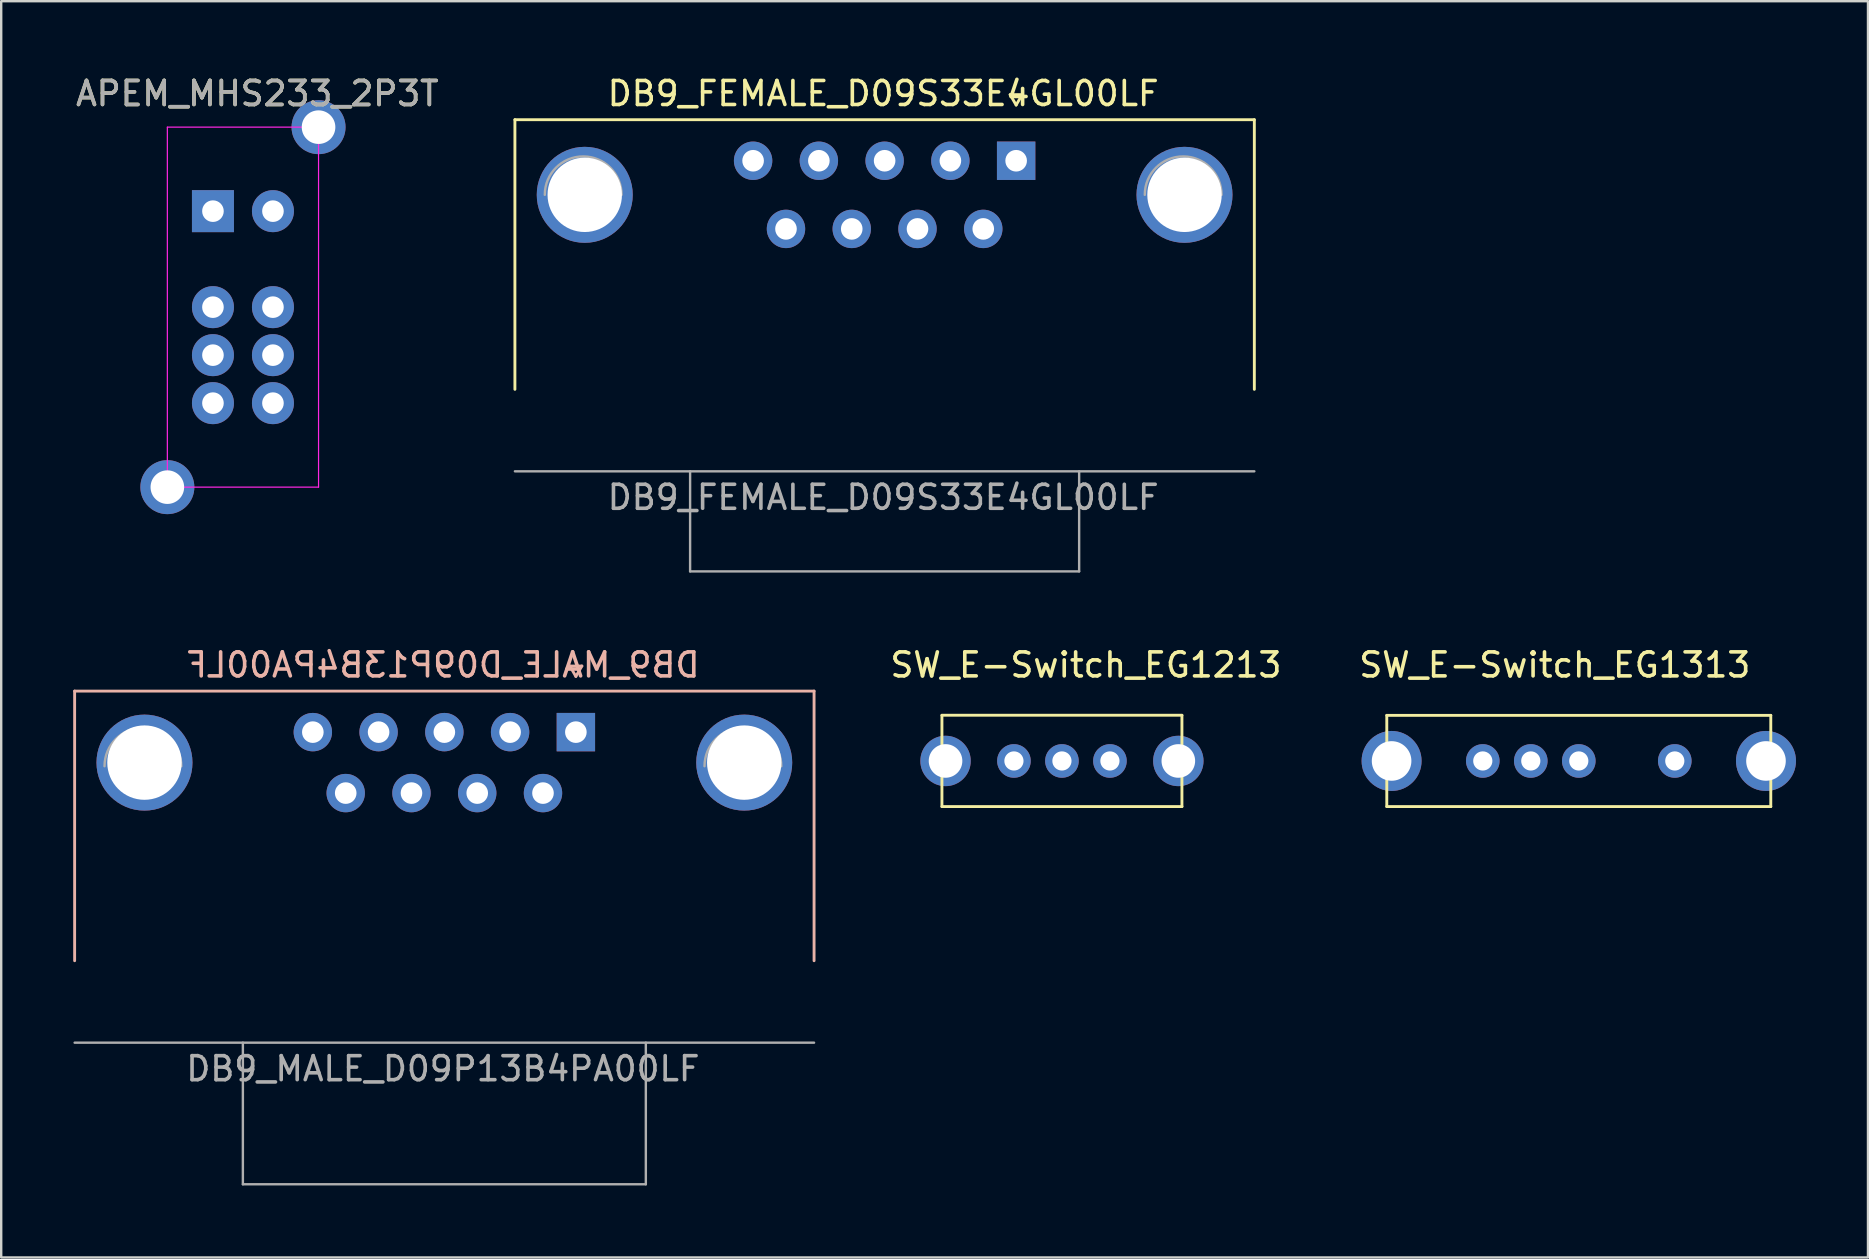
<source format=kicad_pcb>
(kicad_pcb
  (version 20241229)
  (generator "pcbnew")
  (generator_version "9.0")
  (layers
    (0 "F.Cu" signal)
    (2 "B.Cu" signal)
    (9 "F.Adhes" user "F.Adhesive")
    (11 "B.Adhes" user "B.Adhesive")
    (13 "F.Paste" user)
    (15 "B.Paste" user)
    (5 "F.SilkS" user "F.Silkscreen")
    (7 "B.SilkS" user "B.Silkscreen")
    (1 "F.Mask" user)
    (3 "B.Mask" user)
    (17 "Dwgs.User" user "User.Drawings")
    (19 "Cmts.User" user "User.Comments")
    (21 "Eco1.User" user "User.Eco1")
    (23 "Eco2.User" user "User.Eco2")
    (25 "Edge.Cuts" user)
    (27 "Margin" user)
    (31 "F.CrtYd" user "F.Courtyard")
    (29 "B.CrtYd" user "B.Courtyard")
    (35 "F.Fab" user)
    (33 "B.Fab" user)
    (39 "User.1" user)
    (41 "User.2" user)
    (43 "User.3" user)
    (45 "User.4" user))
  (footprint "SW_E-Switch_EG1313"
    (layer "F.Cu")
    (at 58.734 28.657)
    (property "Reference" "SW_E-Switch_EG1313" (at 3 -4 0) (layer "F.SilkS") (effects (font (size 1 1) (thickness 0.15))))
    (attr through_hole)
    (fp_line (start -4 -1.9) (end -4 1.9) (stroke (width 0.12) (type solid)) (layer "F.SilkS"))
    (fp_line (start -4 -1.9) (end 12 -1.9) (stroke (width 0.12) (type solid)) (layer "F.SilkS"))
    (fp_line (start -4 1.9) (end 12 1.9) (stroke (width 0.12) (type solid)) (layer "F.SilkS"))
    (fp_line (start 12 -1.9) (end 12 1.9) (stroke (width 0.12) (type solid)) (layer "F.SilkS"))
    (pad "" thru_hole circle (at -3.8 0) (size 2.5 2.5) (drill 1.65) (layers "*.Cu" "*.Mask"))
    (pad "" thru_hole circle (at 11.8 0) (size 2.5 2.5) (drill 1.65) (layers "*.Cu" "*.Mask"))
    (pad "1" thru_hole circle (at 0 0) (size 1.4 1.4) (drill 0.8) (layers "*.Cu" "*.Mask"))
    (pad "2" thru_hole circle (at 2 0) (size 1.4 1.4) (drill 0.8) (layers "*.Cu" "*.Mask"))
    (pad "3" thru_hole circle (at 4 0) (size 1.4 1.4) (drill 0.8) (layers "*.Cu" "*.Mask"))
    (pad "4" thru_hole circle (at 8 0) (size 1.4 1.4) (drill 0.8) (layers "*.Cu" "*.Mask")))
  (footprint "APEM_MHS233_2P3T"
    (layer "F.Cu")
    (at 7.073 9.748)
    (property "Reference" "APEM_MHS233_2P3T" (at 0.6 -8.9 0) (layer "F.SilkS") (effects (font (size 1 1) (thickness 0.15))))
    (attr through_hole)
    (fp_line (start -3.15 -7.5) (end 3.15 -7.5) (stroke (width 0.05) (type solid)) (layer "F.CrtYd"))
    (fp_line (start -3.15 7.5) (end -3.15 -7.5) (stroke (width 0.05) (type solid)) (layer "F.CrtYd"))
    (fp_line (start 3.15 -7.5) (end 3.15 7.5) (stroke (width 0.05) (type solid)) (layer "F.CrtYd"))
    (fp_line (start 3.15 7.5) (end -3.15 7.5) (stroke (width 0.05) (type solid)) (layer "F.CrtYd"))
    (fp_text user "${REFERENCE}" (at 0.6 -8.9 0) (layer "F.Fab") (effects (font (size 1 1) (thickness 0.15))))
    (pad "" thru_hole circle (at -3.15 7.5) (size 2.25 2.25) (drill 1.4) (layers "*.Cu" "*.Mask"))
    (pad "" thru_hole circle (at 3.15 -7.5) (size 2.25 2.25) (drill 1.4) (layers "*.Cu" "*.Mask"))
    (pad "1" thru_hole rect (at -1.25 -4) (size 1.75 1.75) (drill 0.9) (layers "*.Cu" "*.Mask"))
    (pad "2" thru_hole circle (at -1.25 0) (size 1.75 1.75) (drill 0.9) (layers "*.Cu" "*.Mask"))
    (pad "3" thru_hole circle (at -1.25 2) (size 1.75 1.75) (drill 0.9) (layers "*.Cu" "*.Mask"))
    (pad "4" thru_hole circle (at -1.25 4) (size 1.75 1.75) (drill 0.9) (layers "*.Cu" "*.Mask"))
    (pad "5" thru_hole circle (at 1.25 4) (size 1.75 1.75) (drill 0.9) (layers "*.Cu" "*.Mask"))
    (pad "6" thru_hole circle (at 1.25 2) (size 1.75 1.75) (drill 0.9) (layers "*.Cu" "*.Mask"))
    (pad "7" thru_hole circle (at 1.25 0) (size 1.75 1.75) (drill 0.9) (layers "*.Cu" "*.Mask"))
    (pad "8" thru_hole circle (at 1.25 -4) (size 1.75 1.75) (drill 0.9) (layers "*.Cu" "*.Mask")))
  (footprint "SW_E-Switch_EG1213"
    (layer "F.Cu")
    (at 39.198 28.657)
    (property "Reference" "SW_E-Switch_EG1213" (at 3 -4 0) (layer "F.SilkS") (effects (font (size 1 1) (thickness 0.15))))
    (attr through_hole)
    (fp_line (start -3 -1.905) (end 7 -1.905) (stroke (width 0.12) (type solid)) (layer "F.SilkS"))
    (fp_line (start -3 -1.9) (end -3 1.9) (stroke (width 0.12) (type solid)) (layer "F.SilkS"))
    (fp_line (start -3 1.9) (end 7 1.9) (stroke (width 0.12) (type solid)) (layer "F.SilkS"))
    (fp_line (start 7 -1.9) (end 7 1.9) (stroke (width 0.12) (type solid)) (layer "F.SilkS"))
    (pad "" thru_hole circle (at -2.85 0) (size 2.1 2.1) (drill 1.4) (layers "*.Cu" "*.Mask"))
    (pad "" thru_hole circle (at 6.85 0) (size 2.1 2.1) (drill 1.4) (layers "*.Cu" "*.Mask"))
    (pad "1" thru_hole circle (at 0 0) (size 1.4 1.4) (drill 0.8) (layers "*.Cu" "*.Mask"))
    (pad "2" thru_hole circle (at 2 0) (size 1.4 1.4) (drill 0.8) (layers "*.Cu" "*.Mask"))
    (pad "3" thru_hole circle (at 4 0) (size 1.4 1.4) (drill 0.8) (layers "*.Cu" "*.Mask")))
  (footprint "DB9_MALE_D09P13B4PA00LF"
    (layer "F.Cu")
    (at 20.945 27.456)
    (property "Reference" "DB9_MALE_D09P13B4PA00LF" (at -5.54 -2.8 0) (layer "B.SilkS") (effects (font (size 1 1) (thickness 0.15)) (justify mirror)))
    (attr through_hole)
    (fp_line (start -20.885 -1.71) (end 9.925 -1.71) (stroke (width 0.12) (type solid)) (layer "B.SilkS"))
    (fp_line (start -20.885 9.525) (end -20.885 -1.71) (stroke (width 0.12) (type solid)) (layer "B.SilkS"))
    (fp_line (start -0.25 -2.754) (end 0.25 -2.754) (stroke (width 0.12) (type solid)) (layer "B.SilkS"))
    (fp_line (start 0 -2.321) (end -0.25 -2.754) (stroke (width 0.12) (type solid)) (layer "B.SilkS"))
    (fp_line (start 0.25 -2.754) (end 0 -2.321) (stroke (width 0.12) (type solid)) (layer "B.SilkS"))
    (fp_line (start 9.925 -1.71) (end 9.925 9.525) (stroke (width 0.12) (type solid)) (layer "B.SilkS"))
    (fp_line (start -20.885 12.94) (end 9.925 12.94) (stroke (width 0.1) (type solid)) (layer "F.Fab"))
    (fp_line (start -13.875 12.94) (end -13.875 18.84) (stroke (width 0.1) (type solid)) (layer "F.Fab"))
    (fp_line (start -13.875 18.84) (end 2.915 18.84) (stroke (width 0.1) (type solid)) (layer "F.Fab"))
    (fp_line (start 2.915 18.84) (end 2.915 12.94) (stroke (width 0.1) (type solid)) (layer "F.Fab"))
    (fp_arc (start -19.64 1.42) (mid -18.04 -0.18) (end -16.44 1.42) (stroke (width 0.1) (type solid)) (layer "F.Fab"))
    (fp_arc (start 5.36 1.42) (mid 6.96 -0.18) (end 8.56 1.42) (stroke (width 0.1) (type solid)) (layer "F.Fab"))
    (fp_text user "${REFERENCE}" (at -5.54 14.025 0) (layer "F.Fab") (effects (font (size 1 1) (thickness 0.15))))
    (pad "0" thru_hole circle (at -17.975 1.27) (size 4 4) (drill 3.1) (layers "*.Cu" "*.Mask"))
    (pad "0" thru_hole circle (at 7.015 1.27) (size 4 4) (drill 3.1) (layers "*.Cu" "*.Mask"))
    (pad "1" thru_hole rect (at 0 0) (size 1.6 1.6) (drill 0.9) (layers "*.Cu" "*.Mask"))
    (pad "2" thru_hole circle (at -2.74 0) (size 1.6 1.6) (drill 0.9) (layers "*.Cu" "*.Mask"))
    (pad "3" thru_hole circle (at -5.48 0) (size 1.6 1.6) (drill 0.9) (layers "*.Cu" "*.Mask"))
    (pad "4" thru_hole circle (at -8.22 0) (size 1.6 1.6) (drill 0.9) (layers "*.Cu" "*.Mask"))
    (pad "5" thru_hole circle (at -10.96 0) (size 1.6 1.6) (drill 0.9) (layers "*.Cu" "*.Mask"))
    (pad "6" thru_hole circle (at -1.37 2.54) (size 1.6 1.6) (drill 0.9) (layers "*.Cu" "*.Mask"))
    (pad "7" thru_hole circle (at -4.11 2.54) (size 1.6 1.6) (drill 0.9) (layers "*.Cu" "*.Mask"))
    (pad "8" thru_hole circle (at -6.85 2.54) (size 1.6 1.6) (drill 0.9) (layers "*.Cu" "*.Mask"))
    (pad "9" thru_hole circle (at -9.59 2.54) (size 1.6 1.6) (drill 0.9) (layers "*.Cu" "*.Mask")))
  (footprint "DB9_FEMALE_D09S33E4GL00LF"
    (layer "F.Cu")
    (at 39.29 3.648)
    (property "Reference" "DB9_FEMALE_D09S33E4GL00LF" (at -5.54 -2.8 0) (layer "F.SilkS") (effects (font (size 1 1) (thickness 0.15))))
    (attr through_hole)
    (fp_line (start -20.885 -1.71) (end 9.925 -1.71) (stroke (width 0.12) (type solid)) (layer "F.SilkS"))
    (fp_line (start -20.885 9.525) (end -20.885 -1.71) (stroke (width 0.12) (type solid)) (layer "F.SilkS"))
    (fp_line (start -0.25 -2.754) (end 0.25 -2.754) (stroke (width 0.12) (type solid)) (layer "F.SilkS"))
    (fp_line (start 0 -2.321) (end -0.25 -2.754) (stroke (width 0.12) (type solid)) (layer "F.SilkS"))
    (fp_line (start 0.25 -2.754) (end 0 -2.321) (stroke (width 0.12) (type solid)) (layer "F.SilkS"))
    (fp_line (start 9.925 -1.71) (end 9.925 9.525) (stroke (width 0.12) (type solid)) (layer "F.SilkS"))
    (fp_line (start -20.885 12.94) (end 9.925 12.94) (stroke (width 0.1) (type solid)) (layer "F.Fab"))
    (fp_line (start -13.585 12.94) (end -13.585 17.11) (stroke (width 0.1) (type solid)) (layer "F.Fab"))
    (fp_line (start -13.585 17.11) (end 2.625 17.11) (stroke (width 0.1) (type solid)) (layer "F.Fab"))
    (fp_line (start 2.625 17.11) (end 2.625 12.94) (stroke (width 0.1) (type solid)) (layer "F.Fab"))
    (fp_arc (start -19.64 1.42) (mid -18.04 -0.18) (end -16.44 1.42) (stroke (width 0.1) (type solid)) (layer "F.Fab"))
    (fp_arc (start 5.36 1.42) (mid 6.96 -0.18) (end 8.56 1.42) (stroke (width 0.1) (type solid)) (layer "F.Fab"))
    (fp_text user "${REFERENCE}" (at -5.54 14.025 0) (layer "F.Fab") (effects (font (size 1 1) (thickness 0.15))))
    (pad "0" thru_hole circle (at -17.975 1.42) (size 4 4) (drill 3.1) (layers "*.Cu" "*.Mask"))
    (pad "0" thru_hole circle (at 7.015 1.42) (size 4 4) (drill 3.1) (layers "*.Cu" "*.Mask"))
    (pad "1" thru_hole rect (at 0 0) (size 1.6 1.6) (drill 0.9) (layers "*.Cu" "*.Mask"))
    (pad "2" thru_hole circle (at -2.74 0) (size 1.6 1.6) (drill 0.9) (layers "*.Cu" "*.Mask"))
    (pad "3" thru_hole circle (at -5.48 0) (size 1.6 1.6) (drill 0.9) (layers "*.Cu" "*.Mask"))
    (pad "4" thru_hole circle (at -8.22 0) (size 1.6 1.6) (drill 0.9) (layers "*.Cu" "*.Mask"))
    (pad "5" thru_hole circle (at -10.96 0) (size 1.6 1.6) (drill 0.9) (layers "*.Cu" "*.Mask"))
    (pad "6" thru_hole circle (at -1.37 2.84) (size 1.6 1.6) (drill 0.9) (layers "*.Cu" "*.Mask"))
    (pad "7" thru_hole circle (at -4.11 2.84) (size 1.6 1.6) (drill 0.9) (layers "*.Cu" "*.Mask"))
    (pad "8" thru_hole circle (at -6.85 2.84) (size 1.6 1.6) (drill 0.9) (layers "*.Cu" "*.Mask"))
    (pad "9" thru_hole circle (at -9.59 2.84) (size 1.6 1.6) (drill 0.9) (layers "*.Cu" "*.Mask")))
  (gr_rect
    (start -3 -3)
    (end 74.784 49.346)
    (stroke (width 0.1) (type default))
    (fill no)
    (layer "Edge.Cuts")))
</source>
